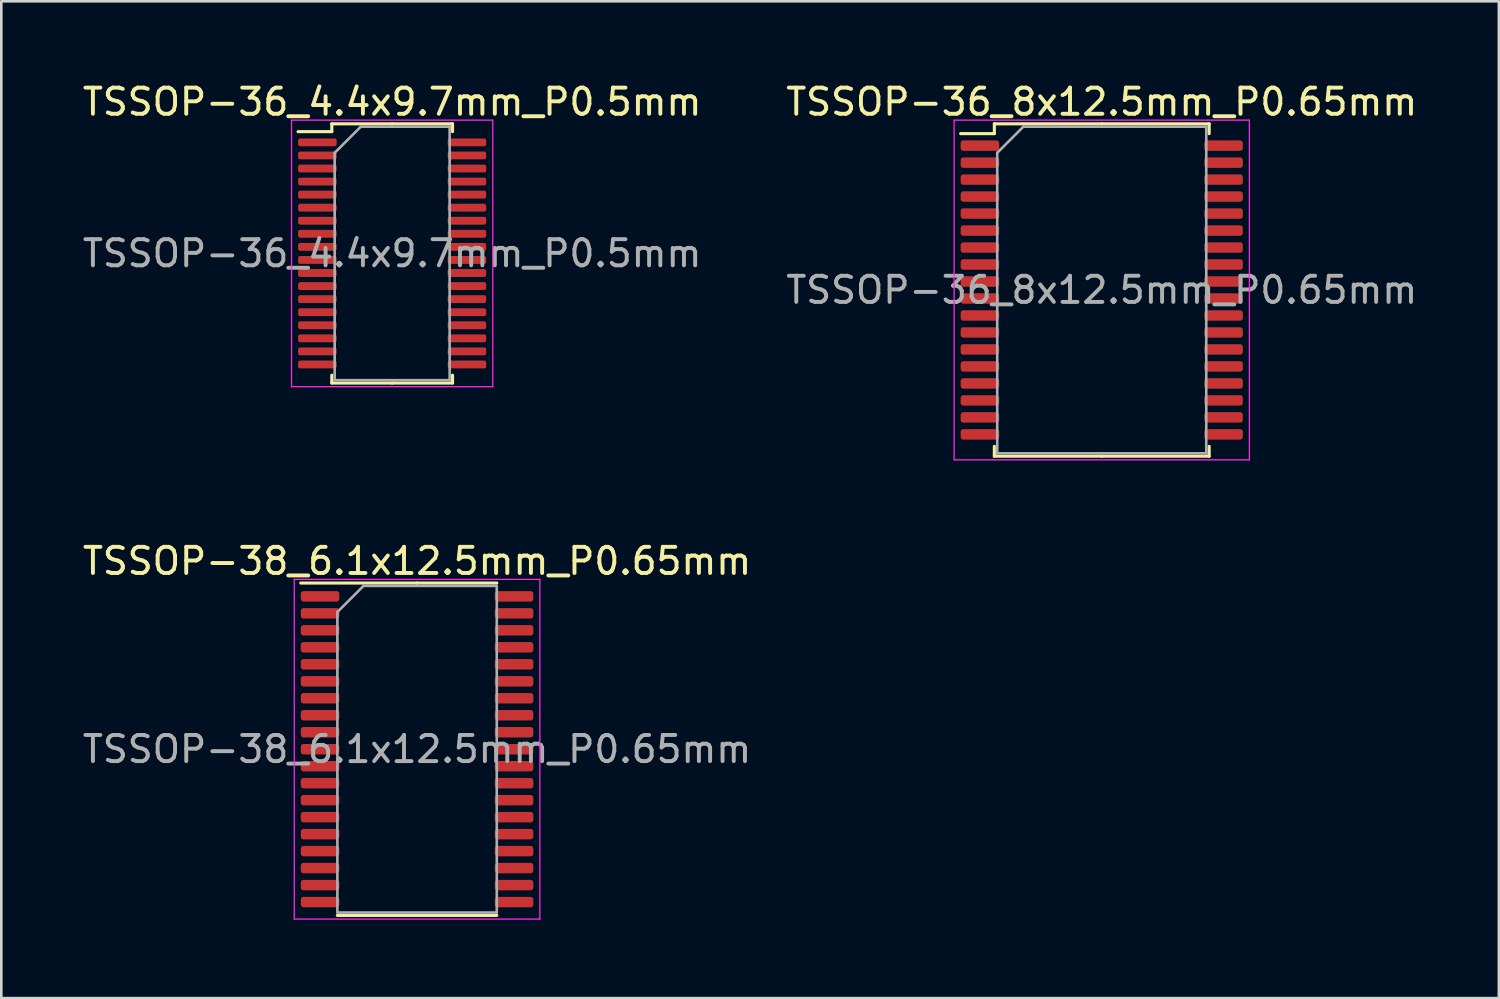
<source format=kicad_pcb>
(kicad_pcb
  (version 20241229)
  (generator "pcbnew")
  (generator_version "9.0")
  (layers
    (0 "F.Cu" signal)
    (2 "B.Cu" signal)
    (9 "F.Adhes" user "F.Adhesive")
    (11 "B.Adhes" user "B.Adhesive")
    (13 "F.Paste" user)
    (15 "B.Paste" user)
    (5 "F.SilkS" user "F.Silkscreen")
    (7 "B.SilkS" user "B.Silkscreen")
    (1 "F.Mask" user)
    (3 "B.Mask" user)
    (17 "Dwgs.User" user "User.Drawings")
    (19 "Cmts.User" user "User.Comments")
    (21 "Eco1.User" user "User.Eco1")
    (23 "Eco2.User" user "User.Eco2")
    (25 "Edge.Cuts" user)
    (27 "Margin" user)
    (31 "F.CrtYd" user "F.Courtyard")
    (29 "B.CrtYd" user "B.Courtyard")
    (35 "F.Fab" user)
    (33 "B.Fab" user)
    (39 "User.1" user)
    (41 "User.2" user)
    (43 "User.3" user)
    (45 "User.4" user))
  (footprint "TSSOP-36_4.4x9.7mm_P0.5mm"
    (layer "F.Cu")
    (at 11.958 6.648)
    (property "Reference" "TSSOP-36_4.4x9.7mm_P0.5mm" (at 0 -5.8 0) (layer "F.SilkS") (effects (font (size 1 1) (thickness 0.15))))
    (attr smd)
    (fp_line (start -2.31 -4.96) (end -2.31 -4.66) (stroke (width 0.12) (type solid)) (layer "F.SilkS"))
    (fp_line (start -2.31 -4.66) (end -3.6 -4.66) (stroke (width 0.12) (type solid)) (layer "F.SilkS"))
    (fp_line (start -2.31 4.96) (end -2.31 4.66) (stroke (width 0.12) (type solid)) (layer "F.SilkS"))
    (fp_line (start 0 -4.96) (end -2.31 -4.96) (stroke (width 0.12) (type solid)) (layer "F.SilkS"))
    (fp_line (start 0 -4.96) (end 2.31 -4.96) (stroke (width 0.12) (type solid)) (layer "F.SilkS"))
    (fp_line (start 0 4.96) (end -2.31 4.96) (stroke (width 0.12) (type solid)) (layer "F.SilkS"))
    (fp_line (start 0 4.96) (end 2.31 4.96) (stroke (width 0.12) (type solid)) (layer "F.SilkS"))
    (fp_line (start 2.31 -4.96) (end 2.31 -4.66) (stroke (width 0.12) (type solid)) (layer "F.SilkS"))
    (fp_line (start 2.31 4.96) (end 2.31 4.66) (stroke (width 0.12) (type solid)) (layer "F.SilkS"))
    (fp_line (start -3.85 -5.1) (end -3.85 5.1) (stroke (width 0.05) (type solid)) (layer "F.CrtYd"))
    (fp_line (start -3.85 5.1) (end 3.85 5.1) (stroke (width 0.05) (type solid)) (layer "F.CrtYd"))
    (fp_line (start 3.85 -5.1) (end -3.85 -5.1) (stroke (width 0.05) (type solid)) (layer "F.CrtYd"))
    (fp_line (start 3.85 5.1) (end 3.85 -5.1) (stroke (width 0.05) (type solid)) (layer "F.CrtYd"))
    (fp_line (start -2.2 -3.85) (end -1.2 -4.85) (stroke (width 0.1) (type solid)) (layer "F.Fab"))
    (fp_line (start -2.2 4.85) (end -2.2 -3.85) (stroke (width 0.1) (type solid)) (layer "F.Fab"))
    (fp_line (start -1.2 -4.85) (end 2.2 -4.85) (stroke (width 0.1) (type solid)) (layer "F.Fab"))
    (fp_line (start 2.2 -4.85) (end 2.2 4.85) (stroke (width 0.1) (type solid)) (layer "F.Fab"))
    (fp_line (start 2.2 4.85) (end -2.2 4.85) (stroke (width 0.1) (type solid)) (layer "F.Fab"))
    (fp_text user "${REFERENCE}" (at 0 0 0) (layer "F.Fab") (effects (font (size 1 1) (thickness 0.15))))
    (pad "1" smd roundrect (at -2.862 -4.25) (size 1.475 0.3) (layers "F.Cu" "F.Mask" "F.Paste") (roundrect_rratio 0.25))
    (pad "2" smd roundrect (at -2.862 -3.75) (size 1.475 0.3) (layers "F.Cu" "F.Mask" "F.Paste") (roundrect_rratio 0.25))
    (pad "3" smd roundrect (at -2.862 -3.25) (size 1.475 0.3) (layers "F.Cu" "F.Mask" "F.Paste") (roundrect_rratio 0.25))
    (pad "4" smd roundrect (at -2.862 -2.75) (size 1.475 0.3) (layers "F.Cu" "F.Mask" "F.Paste") (roundrect_rratio 0.25))
    (pad "5" smd roundrect (at -2.862 -2.25) (size 1.475 0.3) (layers "F.Cu" "F.Mask" "F.Paste") (roundrect_rratio 0.25))
    (pad "6" smd roundrect (at -2.862 -1.75) (size 1.475 0.3) (layers "F.Cu" "F.Mask" "F.Paste") (roundrect_rratio 0.25))
    (pad "7" smd roundrect (at -2.862 -1.25) (size 1.475 0.3) (layers "F.Cu" "F.Mask" "F.Paste") (roundrect_rratio 0.25))
    (pad "8" smd roundrect (at -2.862 -0.75) (size 1.475 0.3) (layers "F.Cu" "F.Mask" "F.Paste") (roundrect_rratio 0.25))
    (pad "9" smd roundrect (at -2.862 -0.25) (size 1.475 0.3) (layers "F.Cu" "F.Mask" "F.Paste") (roundrect_rratio 0.25))
    (pad "10" smd roundrect (at -2.862 0.25) (size 1.475 0.3) (layers "F.Cu" "F.Mask" "F.Paste") (roundrect_rratio 0.25))
    (pad "11" smd roundrect (at -2.862 0.75) (size 1.475 0.3) (layers "F.Cu" "F.Mask" "F.Paste") (roundrect_rratio 0.25))
    (pad "12" smd roundrect (at -2.862 1.25) (size 1.475 0.3) (layers "F.Cu" "F.Mask" "F.Paste") (roundrect_rratio 0.25))
    (pad "13" smd roundrect (at -2.862 1.75) (size 1.475 0.3) (layers "F.Cu" "F.Mask" "F.Paste") (roundrect_rratio 0.25))
    (pad "14" smd roundrect (at -2.862 2.25) (size 1.475 0.3) (layers "F.Cu" "F.Mask" "F.Paste") (roundrect_rratio 0.25))
    (pad "15" smd roundrect (at -2.862 2.75) (size 1.475 0.3) (layers "F.Cu" "F.Mask" "F.Paste") (roundrect_rratio 0.25))
    (pad "16" smd roundrect (at -2.862 3.25) (size 1.475 0.3) (layers "F.Cu" "F.Mask" "F.Paste") (roundrect_rratio 0.25))
    (pad "17" smd roundrect (at -2.862 3.75) (size 1.475 0.3) (layers "F.Cu" "F.Mask" "F.Paste") (roundrect_rratio 0.25))
    (pad "18" smd roundrect (at -2.862 4.25) (size 1.475 0.3) (layers "F.Cu" "F.Mask" "F.Paste") (roundrect_rratio 0.25))
    (pad "19" smd roundrect (at 2.862 4.25) (size 1.475 0.3) (layers "F.Cu" "F.Mask" "F.Paste") (roundrect_rratio 0.25))
    (pad "20" smd roundrect (at 2.862 3.75) (size 1.475 0.3) (layers "F.Cu" "F.Mask" "F.Paste") (roundrect_rratio 0.25))
    (pad "21" smd roundrect (at 2.862 3.25) (size 1.475 0.3) (layers "F.Cu" "F.Mask" "F.Paste") (roundrect_rratio 0.25))
    (pad "22" smd roundrect (at 2.862 2.75) (size 1.475 0.3) (layers "F.Cu" "F.Mask" "F.Paste") (roundrect_rratio 0.25))
    (pad "23" smd roundrect (at 2.862 2.25) (size 1.475 0.3) (layers "F.Cu" "F.Mask" "F.Paste") (roundrect_rratio 0.25))
    (pad "24" smd roundrect (at 2.862 1.75) (size 1.475 0.3) (layers "F.Cu" "F.Mask" "F.Paste") (roundrect_rratio 0.25))
    (pad "25" smd roundrect (at 2.862 1.25) (size 1.475 0.3) (layers "F.Cu" "F.Mask" "F.Paste") (roundrect_rratio 0.25))
    (pad "26" smd roundrect (at 2.862 0.75) (size 1.475 0.3) (layers "F.Cu" "F.Mask" "F.Paste") (roundrect_rratio 0.25))
    (pad "27" smd roundrect (at 2.862 0.25) (size 1.475 0.3) (layers "F.Cu" "F.Mask" "F.Paste") (roundrect_rratio 0.25))
    (pad "28" smd roundrect (at 2.862 -0.25) (size 1.475 0.3) (layers "F.Cu" "F.Mask" "F.Paste") (roundrect_rratio 0.25))
    (pad "29" smd roundrect (at 2.862 -0.75) (size 1.475 0.3) (layers "F.Cu" "F.Mask" "F.Paste") (roundrect_rratio 0.25))
    (pad "30" smd roundrect (at 2.862 -1.25) (size 1.475 0.3) (layers "F.Cu" "F.Mask" "F.Paste") (roundrect_rratio 0.25))
    (pad "31" smd roundrect (at 2.862 -1.75) (size 1.475 0.3) (layers "F.Cu" "F.Mask" "F.Paste") (roundrect_rratio 0.25))
    (pad "32" smd roundrect (at 2.862 -2.25) (size 1.475 0.3) (layers "F.Cu" "F.Mask" "F.Paste") (roundrect_rratio 0.25))
    (pad "33" smd roundrect (at 2.862 -2.75) (size 1.475 0.3) (layers "F.Cu" "F.Mask" "F.Paste") (roundrect_rratio 0.25))
    (pad "34" smd roundrect (at 2.862 -3.25) (size 1.475 0.3) (layers "F.Cu" "F.Mask" "F.Paste") (roundrect_rratio 0.25))
    (pad "35" smd roundrect (at 2.862 -3.75) (size 1.475 0.3) (layers "F.Cu" "F.Mask" "F.Paste") (roundrect_rratio 0.25))
    (pad "36" smd roundrect (at 2.862 -4.25) (size 1.475 0.3) (layers "F.Cu" "F.Mask" "F.Paste") (roundrect_rratio 0.25)))
  (footprint "TSSOP-36_8x12.5mm_P0.65mm"
    (layer "F.Cu")
    (at 39.113 8.048)
    (property "Reference" "TSSOP-36_8x12.5mm_P0.65mm" (at 0 -7.2 0) (layer "F.SilkS") (effects (font (size 1 1) (thickness 0.15))))
    (attr smd)
    (fp_line (start -4.11 -6.36) (end -4.11 -5.985) (stroke (width 0.12) (type solid)) (layer "F.SilkS"))
    (fp_line (start -4.11 -5.985) (end -5.4 -5.985) (stroke (width 0.12) (type solid)) (layer "F.SilkS"))
    (fp_line (start -4.11 6.36) (end -4.11 5.985) (stroke (width 0.12) (type solid)) (layer "F.SilkS"))
    (fp_line (start 0 -6.36) (end -4.11 -6.36) (stroke (width 0.12) (type solid)) (layer "F.SilkS"))
    (fp_line (start 0 -6.36) (end 4.11 -6.36) (stroke (width 0.12) (type solid)) (layer "F.SilkS"))
    (fp_line (start 0 6.36) (end -4.11 6.36) (stroke (width 0.12) (type solid)) (layer "F.SilkS"))
    (fp_line (start 0 6.36) (end 4.11 6.36) (stroke (width 0.12) (type solid)) (layer "F.SilkS"))
    (fp_line (start 4.11 -6.36) (end 4.11 -5.985) (stroke (width 0.12) (type solid)) (layer "F.SilkS"))
    (fp_line (start 4.11 6.36) (end 4.11 5.985) (stroke (width 0.12) (type solid)) (layer "F.SilkS"))
    (fp_line (start -5.65 -6.5) (end -5.65 6.5) (stroke (width 0.05) (type solid)) (layer "F.CrtYd"))
    (fp_line (start -5.65 6.5) (end 5.65 6.5) (stroke (width 0.05) (type solid)) (layer "F.CrtYd"))
    (fp_line (start 5.65 -6.5) (end -5.65 -6.5) (stroke (width 0.05) (type solid)) (layer "F.CrtYd"))
    (fp_line (start 5.65 6.5) (end 5.65 -6.5) (stroke (width 0.05) (type solid)) (layer "F.CrtYd"))
    (fp_line (start -4 -5.25) (end -3 -6.25) (stroke (width 0.1) (type solid)) (layer "F.Fab"))
    (fp_line (start -4 6.25) (end -4 -5.25) (stroke (width 0.1) (type solid)) (layer "F.Fab"))
    (fp_line (start -3 -6.25) (end 4 -6.25) (stroke (width 0.1) (type solid)) (layer "F.Fab"))
    (fp_line (start 4 -6.25) (end 4 6.25) (stroke (width 0.1) (type solid)) (layer "F.Fab"))
    (fp_line (start 4 6.25) (end -4 6.25) (stroke (width 0.1) (type solid)) (layer "F.Fab"))
    (fp_text user "${REFERENCE}" (at 0 0 0) (layer "F.Fab") (effects (font (size 1 1) (thickness 0.15))))
    (pad "1" smd roundrect (at -4.662 -5.525) (size 1.475 0.4) (layers "F.Cu" "F.Mask" "F.Paste") (roundrect_rratio 0.25))
    (pad "2" smd roundrect (at -4.662 -4.875) (size 1.475 0.4) (layers "F.Cu" "F.Mask" "F.Paste") (roundrect_rratio 0.25))
    (pad "3" smd roundrect (at -4.662 -4.225) (size 1.475 0.4) (layers "F.Cu" "F.Mask" "F.Paste") (roundrect_rratio 0.25))
    (pad "4" smd roundrect (at -4.662 -3.575) (size 1.475 0.4) (layers "F.Cu" "F.Mask" "F.Paste") (roundrect_rratio 0.25))
    (pad "5" smd roundrect (at -4.662 -2.925) (size 1.475 0.4) (layers "F.Cu" "F.Mask" "F.Paste") (roundrect_rratio 0.25))
    (pad "6" smd roundrect (at -4.662 -2.275) (size 1.475 0.4) (layers "F.Cu" "F.Mask" "F.Paste") (roundrect_rratio 0.25))
    (pad "7" smd roundrect (at -4.662 -1.625) (size 1.475 0.4) (layers "F.Cu" "F.Mask" "F.Paste") (roundrect_rratio 0.25))
    (pad "8" smd roundrect (at -4.662 -0.975) (size 1.475 0.4) (layers "F.Cu" "F.Mask" "F.Paste") (roundrect_rratio 0.25))
    (pad "9" smd roundrect (at -4.662 -0.325) (size 1.475 0.4) (layers "F.Cu" "F.Mask" "F.Paste") (roundrect_rratio 0.25))
    (pad "10" smd roundrect (at -4.662 0.325) (size 1.475 0.4) (layers "F.Cu" "F.Mask" "F.Paste") (roundrect_rratio 0.25))
    (pad "11" smd roundrect (at -4.662 0.975) (size 1.475 0.4) (layers "F.Cu" "F.Mask" "F.Paste") (roundrect_rratio 0.25))
    (pad "12" smd roundrect (at -4.662 1.625) (size 1.475 0.4) (layers "F.Cu" "F.Mask" "F.Paste") (roundrect_rratio 0.25))
    (pad "13" smd roundrect (at -4.662 2.275) (size 1.475 0.4) (layers "F.Cu" "F.Mask" "F.Paste") (roundrect_rratio 0.25))
    (pad "14" smd roundrect (at -4.662 2.925) (size 1.475 0.4) (layers "F.Cu" "F.Mask" "F.Paste") (roundrect_rratio 0.25))
    (pad "15" smd roundrect (at -4.662 3.575) (size 1.475 0.4) (layers "F.Cu" "F.Mask" "F.Paste") (roundrect_rratio 0.25))
    (pad "16" smd roundrect (at -4.662 4.225) (size 1.475 0.4) (layers "F.Cu" "F.Mask" "F.Paste") (roundrect_rratio 0.25))
    (pad "17" smd roundrect (at -4.662 4.875) (size 1.475 0.4) (layers "F.Cu" "F.Mask" "F.Paste") (roundrect_rratio 0.25))
    (pad "18" smd roundrect (at -4.662 5.525) (size 1.475 0.4) (layers "F.Cu" "F.Mask" "F.Paste") (roundrect_rratio 0.25))
    (pad "19" smd roundrect (at 4.662 5.525) (size 1.475 0.4) (layers "F.Cu" "F.Mask" "F.Paste") (roundrect_rratio 0.25))
    (pad "20" smd roundrect (at 4.662 4.875) (size 1.475 0.4) (layers "F.Cu" "F.Mask" "F.Paste") (roundrect_rratio 0.25))
    (pad "21" smd roundrect (at 4.662 4.225) (size 1.475 0.4) (layers "F.Cu" "F.Mask" "F.Paste") (roundrect_rratio 0.25))
    (pad "22" smd roundrect (at 4.662 3.575) (size 1.475 0.4) (layers "F.Cu" "F.Mask" "F.Paste") (roundrect_rratio 0.25))
    (pad "23" smd roundrect (at 4.662 2.925) (size 1.475 0.4) (layers "F.Cu" "F.Mask" "F.Paste") (roundrect_rratio 0.25))
    (pad "24" smd roundrect (at 4.662 2.275) (size 1.475 0.4) (layers "F.Cu" "F.Mask" "F.Paste") (roundrect_rratio 0.25))
    (pad "25" smd roundrect (at 4.662 1.625) (size 1.475 0.4) (layers "F.Cu" "F.Mask" "F.Paste") (roundrect_rratio 0.25))
    (pad "26" smd roundrect (at 4.662 0.975) (size 1.475 0.4) (layers "F.Cu" "F.Mask" "F.Paste") (roundrect_rratio 0.25))
    (pad "27" smd roundrect (at 4.662 0.325) (size 1.475 0.4) (layers "F.Cu" "F.Mask" "F.Paste") (roundrect_rratio 0.25))
    (pad "28" smd roundrect (at 4.662 -0.325) (size 1.475 0.4) (layers "F.Cu" "F.Mask" "F.Paste") (roundrect_rratio 0.25))
    (pad "29" smd roundrect (at 4.662 -0.975) (size 1.475 0.4) (layers "F.Cu" "F.Mask" "F.Paste") (roundrect_rratio 0.25))
    (pad "30" smd roundrect (at 4.662 -1.625) (size 1.475 0.4) (layers "F.Cu" "F.Mask" "F.Paste") (roundrect_rratio 0.25))
    (pad "31" smd roundrect (at 4.662 -2.275) (size 1.475 0.4) (layers "F.Cu" "F.Mask" "F.Paste") (roundrect_rratio 0.25))
    (pad "32" smd roundrect (at 4.662 -2.925) (size 1.475 0.4) (layers "F.Cu" "F.Mask" "F.Paste") (roundrect_rratio 0.25))
    (pad "33" smd roundrect (at 4.662 -3.575) (size 1.475 0.4) (layers "F.Cu" "F.Mask" "F.Paste") (roundrect_rratio 0.25))
    (pad "34" smd roundrect (at 4.662 -4.225) (size 1.475 0.4) (layers "F.Cu" "F.Mask" "F.Paste") (roundrect_rratio 0.25))
    (pad "35" smd roundrect (at 4.662 -4.875) (size 1.475 0.4) (layers "F.Cu" "F.Mask" "F.Paste") (roundrect_rratio 0.25))
    (pad "36" smd roundrect (at 4.662 -5.525) (size 1.475 0.4) (layers "F.Cu" "F.Mask" "F.Paste") (roundrect_rratio 0.25)))
  (footprint "TSSOP-38_6.1x12.5mm_P0.65mm"
    (layer "F.Cu")
    (at 12.911 25.622)
    (property "Reference" "TSSOP-38_6.1x12.5mm_P0.65mm" (at 0 -7.2 0) (layer "F.SilkS") (effects (font (size 1 1) (thickness 0.15))))
    (attr smd)
    (fp_line (start 0 -6.36) (end -4.45 -6.36) (stroke (width 0.12) (type solid)) (layer "F.SilkS"))
    (fp_line (start 0 -6.36) (end 3.05 -6.36) (stroke (width 0.12) (type solid)) (layer "F.SilkS"))
    (fp_line (start 0 6.36) (end -3.05 6.36) (stroke (width 0.12) (type solid)) (layer "F.SilkS"))
    (fp_line (start 0 6.36) (end 3.05 6.36) (stroke (width 0.12) (type solid)) (layer "F.SilkS"))
    (fp_line (start -4.7 -6.5) (end -4.7 6.5) (stroke (width 0.05) (type solid)) (layer "F.CrtYd"))
    (fp_line (start -4.7 6.5) (end 4.7 6.5) (stroke (width 0.05) (type solid)) (layer "F.CrtYd"))
    (fp_line (start 4.7 -6.5) (end -4.7 -6.5) (stroke (width 0.05) (type solid)) (layer "F.CrtYd"))
    (fp_line (start 4.7 6.5) (end 4.7 -6.5) (stroke (width 0.05) (type solid)) (layer "F.CrtYd"))
    (fp_line (start -3.05 -5.25) (end -2.05 -6.25) (stroke (width 0.1) (type solid)) (layer "F.Fab"))
    (fp_line (start -3.05 6.25) (end -3.05 -5.25) (stroke (width 0.1) (type solid)) (layer "F.Fab"))
    (fp_line (start -2.05 -6.25) (end 3.05 -6.25) (stroke (width 0.1) (type solid)) (layer "F.Fab"))
    (fp_line (start 3.05 -6.25) (end 3.05 6.25) (stroke (width 0.1) (type solid)) (layer "F.Fab"))
    (fp_line (start 3.05 6.25) (end -3.05 6.25) (stroke (width 0.1) (type solid)) (layer "F.Fab"))
    (fp_text user "${REFERENCE}" (at 0 0 0) (layer "F.Fab") (effects (font (size 1 1) (thickness 0.15))))
    (pad "1" smd roundrect (at -3.712 -5.85) (size 1.475 0.4) (layers "F.Cu" "F.Mask" "F.Paste") (roundrect_rratio 0.25))
    (pad "2" smd roundrect (at -3.712 -5.2) (size 1.475 0.4) (layers "F.Cu" "F.Mask" "F.Paste") (roundrect_rratio 0.25))
    (pad "3" smd roundrect (at -3.712 -4.55) (size 1.475 0.4) (layers "F.Cu" "F.Mask" "F.Paste") (roundrect_rratio 0.25))
    (pad "4" smd roundrect (at -3.712 -3.9) (size 1.475 0.4) (layers "F.Cu" "F.Mask" "F.Paste") (roundrect_rratio 0.25))
    (pad "5" smd roundrect (at -3.712 -3.25) (size 1.475 0.4) (layers "F.Cu" "F.Mask" "F.Paste") (roundrect_rratio 0.25))
    (pad "6" smd roundrect (at -3.712 -2.6) (size 1.475 0.4) (layers "F.Cu" "F.Mask" "F.Paste") (roundrect_rratio 0.25))
    (pad "7" smd roundrect (at -3.712 -1.95) (size 1.475 0.4) (layers "F.Cu" "F.Mask" "F.Paste") (roundrect_rratio 0.25))
    (pad "8" smd roundrect (at -3.712 -1.3) (size 1.475 0.4) (layers "F.Cu" "F.Mask" "F.Paste") (roundrect_rratio 0.25))
    (pad "9" smd roundrect (at -3.712 -0.65) (size 1.475 0.4) (layers "F.Cu" "F.Mask" "F.Paste") (roundrect_rratio 0.25))
    (pad "10" smd roundrect (at -3.712 0) (size 1.475 0.4) (layers "F.Cu" "F.Mask" "F.Paste") (roundrect_rratio 0.25))
    (pad "11" smd roundrect (at -3.712 0.65) (size 1.475 0.4) (layers "F.Cu" "F.Mask" "F.Paste") (roundrect_rratio 0.25))
    (pad "12" smd roundrect (at -3.712 1.3) (size 1.475 0.4) (layers "F.Cu" "F.Mask" "F.Paste") (roundrect_rratio 0.25))
    (pad "13" smd roundrect (at -3.712 1.95) (size 1.475 0.4) (layers "F.Cu" "F.Mask" "F.Paste") (roundrect_rratio 0.25))
    (pad "14" smd roundrect (at -3.712 2.6) (size 1.475 0.4) (layers "F.Cu" "F.Mask" "F.Paste") (roundrect_rratio 0.25))
    (pad "15" smd roundrect (at -3.712 3.25) (size 1.475 0.4) (layers "F.Cu" "F.Mask" "F.Paste") (roundrect_rratio 0.25))
    (pad "16" smd roundrect (at -3.712 3.9) (size 1.475 0.4) (layers "F.Cu" "F.Mask" "F.Paste") (roundrect_rratio 0.25))
    (pad "17" smd roundrect (at -3.712 4.55) (size 1.475 0.4) (layers "F.Cu" "F.Mask" "F.Paste") (roundrect_rratio 0.25))
    (pad "18" smd roundrect (at -3.712 5.2) (size 1.475 0.4) (layers "F.Cu" "F.Mask" "F.Paste") (roundrect_rratio 0.25))
    (pad "19" smd roundrect (at -3.712 5.85) (size 1.475 0.4) (layers "F.Cu" "F.Mask" "F.Paste") (roundrect_rratio 0.25))
    (pad "20" smd roundrect (at 3.712 5.85) (size 1.475 0.4) (layers "F.Cu" "F.Mask" "F.Paste") (roundrect_rratio 0.25))
    (pad "21" smd roundrect (at 3.712 5.2) (size 1.475 0.4) (layers "F.Cu" "F.Mask" "F.Paste") (roundrect_rratio 0.25))
    (pad "22" smd roundrect (at 3.712 4.55) (size 1.475 0.4) (layers "F.Cu" "F.Mask" "F.Paste") (roundrect_rratio 0.25))
    (pad "23" smd roundrect (at 3.712 3.9) (size 1.475 0.4) (layers "F.Cu" "F.Mask" "F.Paste") (roundrect_rratio 0.25))
    (pad "24" smd roundrect (at 3.712 3.25) (size 1.475 0.4) (layers "F.Cu" "F.Mask" "F.Paste") (roundrect_rratio 0.25))
    (pad "25" smd roundrect (at 3.712 2.6) (size 1.475 0.4) (layers "F.Cu" "F.Mask" "F.Paste") (roundrect_rratio 0.25))
    (pad "26" smd roundrect (at 3.712 1.95) (size 1.475 0.4) (layers "F.Cu" "F.Mask" "F.Paste") (roundrect_rratio 0.25))
    (pad "27" smd roundrect (at 3.712 1.3) (size 1.475 0.4) (layers "F.Cu" "F.Mask" "F.Paste") (roundrect_rratio 0.25))
    (pad "28" smd roundrect (at 3.712 0.65) (size 1.475 0.4) (layers "F.Cu" "F.Mask" "F.Paste") (roundrect_rratio 0.25))
    (pad "29" smd roundrect (at 3.712 0) (size 1.475 0.4) (layers "F.Cu" "F.Mask" "F.Paste") (roundrect_rratio 0.25))
    (pad "30" smd roundrect (at 3.712 -0.65) (size 1.475 0.4) (layers "F.Cu" "F.Mask" "F.Paste") (roundrect_rratio 0.25))
    (pad "31" smd roundrect (at 3.712 -1.3) (size 1.475 0.4) (layers "F.Cu" "F.Mask" "F.Paste") (roundrect_rratio 0.25))
    (pad "32" smd roundrect (at 3.712 -1.95) (size 1.475 0.4) (layers "F.Cu" "F.Mask" "F.Paste") (roundrect_rratio 0.25))
    (pad "33" smd roundrect (at 3.712 -2.6) (size 1.475 0.4) (layers "F.Cu" "F.Mask" "F.Paste") (roundrect_rratio 0.25))
    (pad "34" smd roundrect (at 3.712 -3.25) (size 1.475 0.4) (layers "F.Cu" "F.Mask" "F.Paste") (roundrect_rratio 0.25))
    (pad "35" smd roundrect (at 3.712 -3.9) (size 1.475 0.4) (layers "F.Cu" "F.Mask" "F.Paste") (roundrect_rratio 0.25))
    (pad "36" smd roundrect (at 3.712 -4.55) (size 1.475 0.4) (layers "F.Cu" "F.Mask" "F.Paste") (roundrect_rratio 0.25))
    (pad "37" smd roundrect (at 3.712 -5.2) (size 1.475 0.4) (layers "F.Cu" "F.Mask" "F.Paste") (roundrect_rratio 0.25))
    (pad "38" smd roundrect (at 3.712 -5.85) (size 1.475 0.4) (layers "F.Cu" "F.Mask" "F.Paste") (roundrect_rratio 0.25)))
  (gr_rect
    (start -3 -3)
    (end 54.31 35.147)
    (stroke (width 0.1) (type default))
    (fill no)
    (layer "Edge.Cuts")))
</source>
